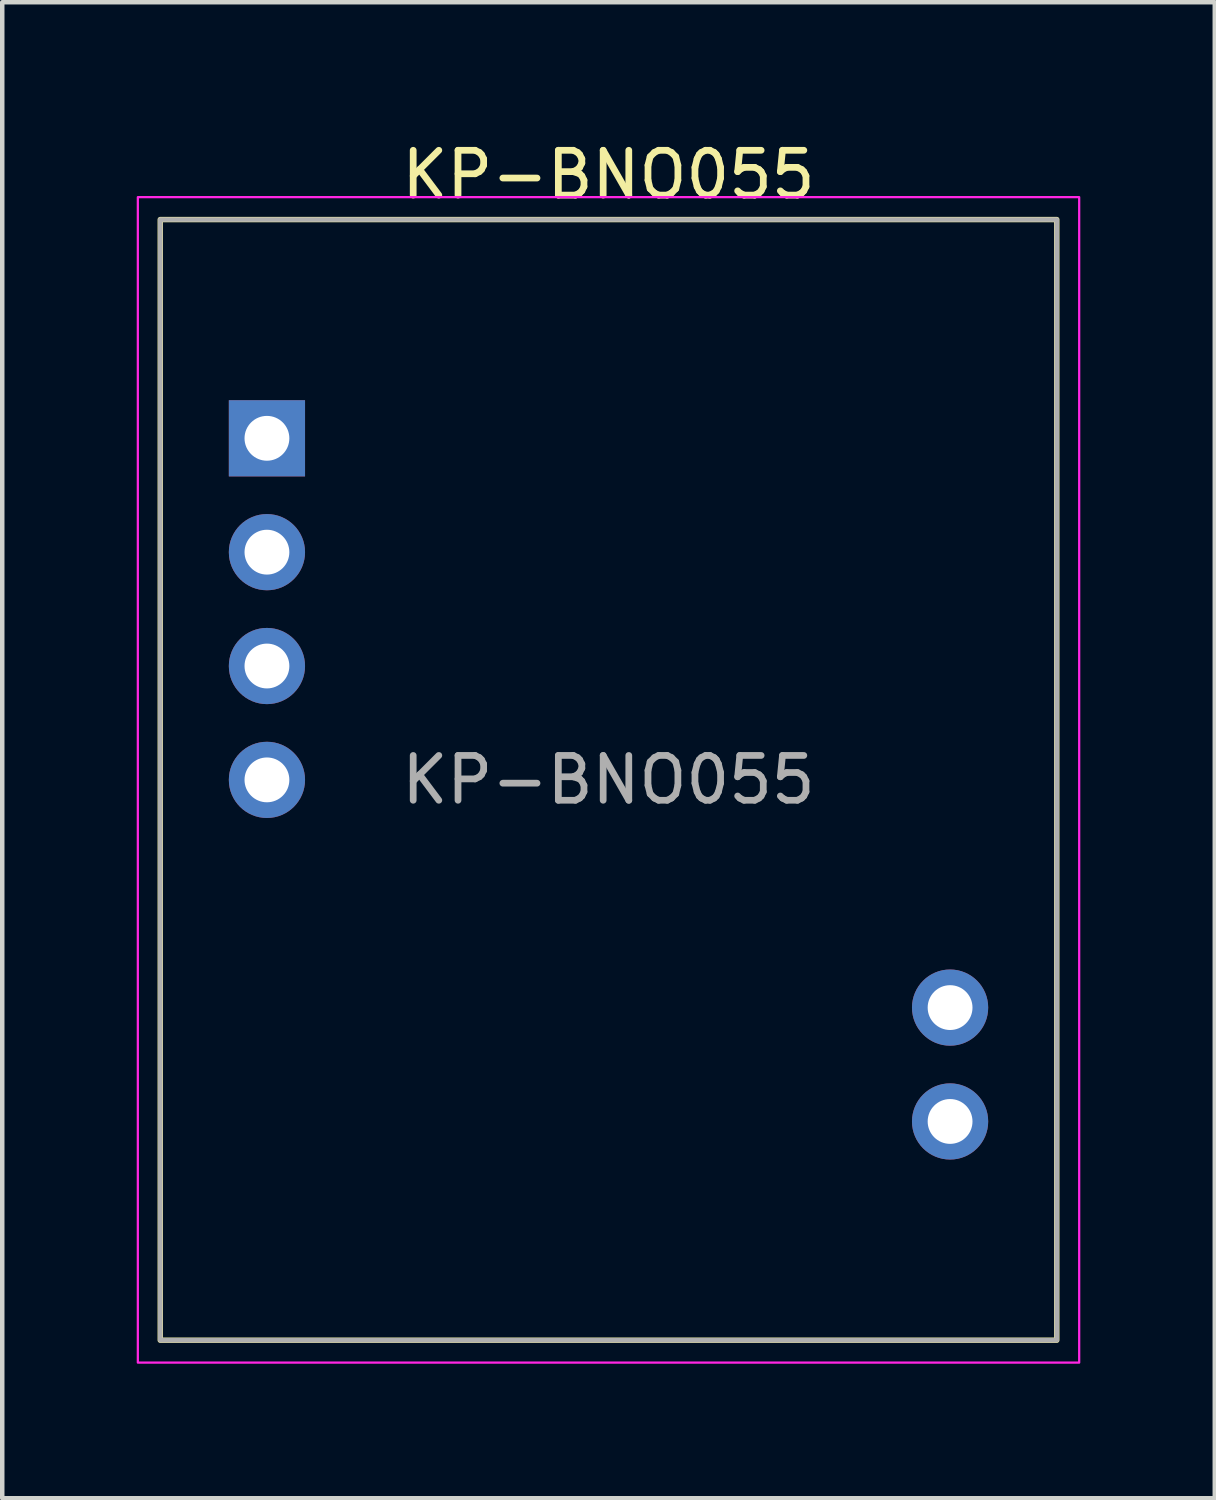
<source format=kicad_pcb>
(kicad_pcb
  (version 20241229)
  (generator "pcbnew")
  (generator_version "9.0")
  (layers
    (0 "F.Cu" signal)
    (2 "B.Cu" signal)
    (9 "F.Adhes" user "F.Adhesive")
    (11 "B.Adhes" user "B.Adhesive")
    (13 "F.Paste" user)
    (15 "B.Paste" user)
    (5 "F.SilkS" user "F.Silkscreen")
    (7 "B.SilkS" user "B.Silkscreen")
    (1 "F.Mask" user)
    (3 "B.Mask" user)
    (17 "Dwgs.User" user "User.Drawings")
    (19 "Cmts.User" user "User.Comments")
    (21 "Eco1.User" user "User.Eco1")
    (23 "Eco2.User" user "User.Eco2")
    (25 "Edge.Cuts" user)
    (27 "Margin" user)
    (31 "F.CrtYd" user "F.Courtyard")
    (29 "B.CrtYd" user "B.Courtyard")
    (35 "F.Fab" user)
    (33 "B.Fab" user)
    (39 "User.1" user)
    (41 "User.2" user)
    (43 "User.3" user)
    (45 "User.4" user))
  (footprint "KP-BNO055"
    (layer "F.Cu")
    (at 10.525 14.348)
    (property "Reference" "KP-BNO055" (at 0 -13.5 0) (layer "F.SilkS") (effects (font (size 1 1) (thickness 0.15))))
    (attr through_hole)
    (fp_rect (start -10 -12.5) (end 10 12.5) (stroke (width 0.12) (type solid)) (fill no) (layer "F.SilkS"))
    (fp_rect (start -10.5 -13) (end 10.5 13) (stroke (width 0.05) (type solid)) (fill no) (layer "F.CrtYd"))
    (fp_rect (start -10 -12.5) (end 10 12.5) (stroke (width 0.1) (type solid)) (fill no) (layer "F.Fab"))
    (fp_text user "${REFERENCE}" (at 0 0 0) (layer "F.Fab") (effects (font (size 1 1) (thickness 0.15))))
    (pad "1" thru_hole rect (at -7.62 -7.62) (size 1.7 1.7) (drill 1) (layers "*.Cu" "*.Mask"))
    (pad "2" thru_hole circle (at -7.62 -5.08) (size 1.7 1.7) (drill 1) (layers "*.Cu" "*.Mask"))
    (pad "3" thru_hole circle (at -7.62 -2.54) (size 1.7 1.7) (drill 1) (layers "*.Cu" "*.Mask"))
    (pad "4" thru_hole circle (at -7.62 0) (size 1.7 1.7) (drill 1) (layers "*.Cu" "*.Mask"))
    (pad "5" thru_hole circle (at 7.62 7.62) (size 1.7 1.7) (drill 1) (layers "*.Cu" "*.Mask"))
    (pad "6" thru_hole circle (at 7.62 5.08) (size 1.7 1.7) (drill 1) (layers "*.Cu" "*.Mask")))
  (gr_rect
    (start -3 -3)
    (end 24.05 30.373)
    (stroke (width 0.1) (type default))
    (fill no)
    (layer "Edge.Cuts")))
</source>
